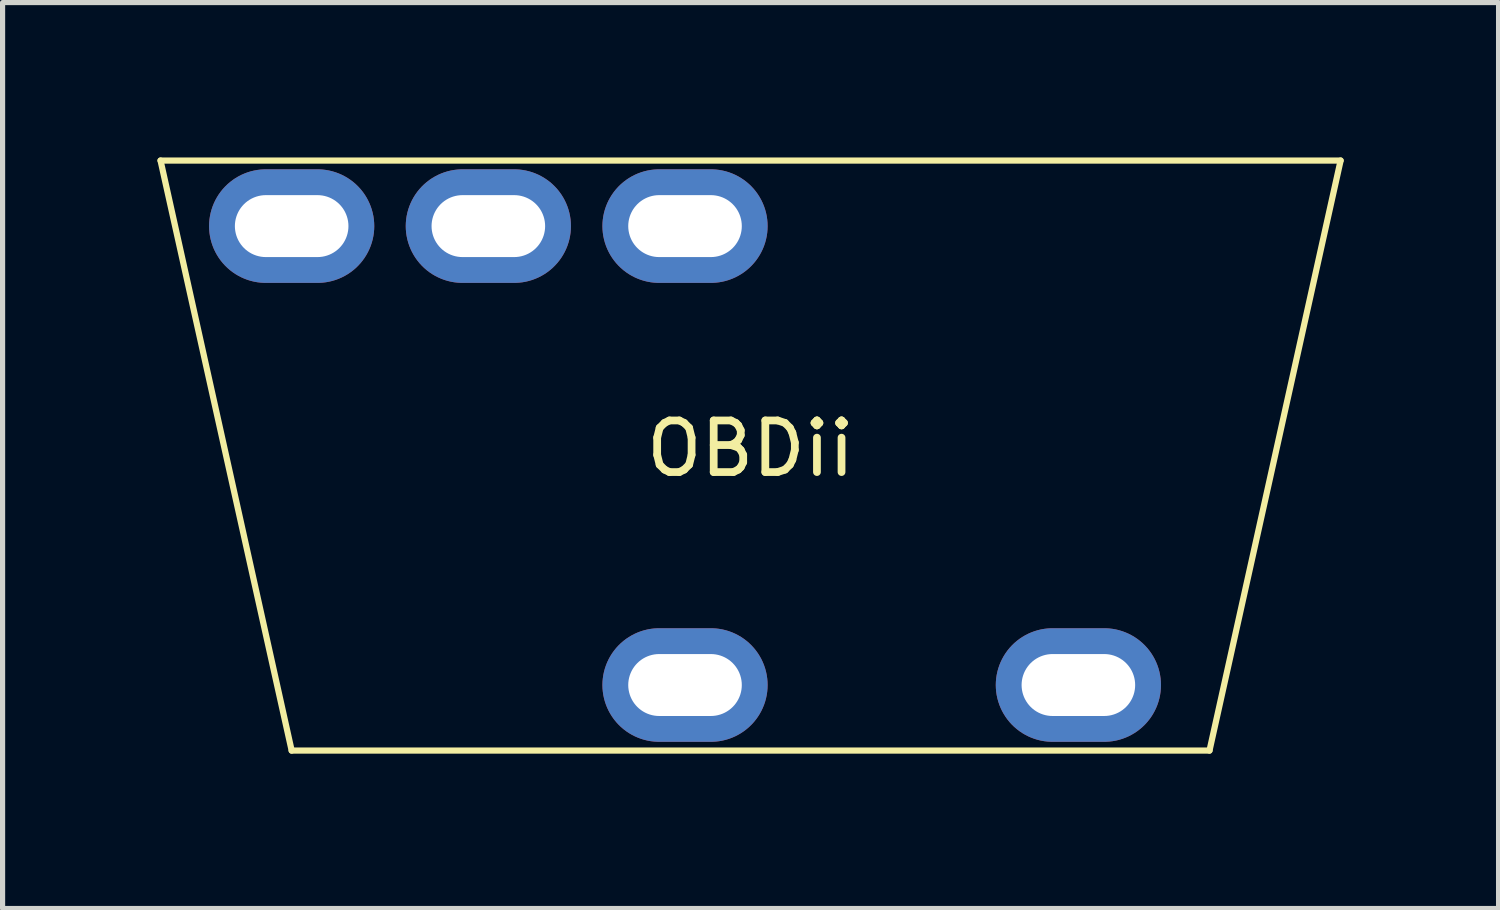
<source format=kicad_pcb>
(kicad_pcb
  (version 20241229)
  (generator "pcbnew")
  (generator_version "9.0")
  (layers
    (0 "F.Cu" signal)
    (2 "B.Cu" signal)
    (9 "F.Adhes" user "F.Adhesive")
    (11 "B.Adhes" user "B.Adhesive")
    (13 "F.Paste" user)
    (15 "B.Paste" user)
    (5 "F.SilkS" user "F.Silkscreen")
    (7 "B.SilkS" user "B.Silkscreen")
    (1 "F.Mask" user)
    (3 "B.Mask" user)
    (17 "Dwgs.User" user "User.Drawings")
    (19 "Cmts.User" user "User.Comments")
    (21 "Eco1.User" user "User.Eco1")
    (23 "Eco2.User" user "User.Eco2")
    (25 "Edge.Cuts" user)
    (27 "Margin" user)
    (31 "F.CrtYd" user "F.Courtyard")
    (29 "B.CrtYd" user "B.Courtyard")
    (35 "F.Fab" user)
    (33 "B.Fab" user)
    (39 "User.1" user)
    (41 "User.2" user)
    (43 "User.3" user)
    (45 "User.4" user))
  (footprint "OBDii"
    (layer "F.Cu")
    (at 11.49 5.14)
    (property "Reference" "OBDii" (at 0 0.5 0) (layer "F.SilkS") (effects (font (size 1 1) (thickness 0.15))))
    (attr through_hole)
    (fp_line (start -11.43 -5.08) (end 11.43 -5.08) (stroke (width 0.12) (type solid)) (layer "F.SilkS"))
    (fp_line (start -8.89 6.35) (end -11.43 -5.08) (stroke (width 0.12) (type solid)) (layer "F.SilkS"))
    (fp_line (start 8.89 6.35) (end -8.89 6.35) (stroke (width 0.12) (type solid)) (layer "F.SilkS"))
    (fp_line (start 11.43 -5.08) (end 8.89 6.35) (stroke (width 0.12) (type solid)) (layer "F.SilkS"))
    (pad "4" thru_hole oval (at -8.89 -3.81) (size 3.2 2.2) (drill oval 2.2 1.2) (layers "*.Cu" "*.Mask"))
    (pad "5" thru_hole oval (at -5.08 -3.81) (size 3.2 2.2) (drill oval 2.2 1.2) (layers "*.Cu" "*.Mask"))
    (pad "6" thru_hole oval (at -1.27 -3.81) (size 3.2 2.2) (drill oval 2.2 1.2) (layers "*.Cu" "*.Mask"))
    (pad "14" thru_hole oval (at -1.27 5.08) (size 3.2 2.2) (drill oval 2.2 1.2) (layers "*.Cu" "*.Mask"))
    (pad "16" thru_hole oval (at 6.35 5.08) (size 3.2 2.2) (drill oval 2.2 1.2) (layers "*.Cu" "*.Mask")))
  (gr_rect
    (start -3 -3)
    (end 25.98 14.55)
    (stroke (width 0.1) (type default))
    (fill no)
    (layer "Edge.Cuts")))
</source>
